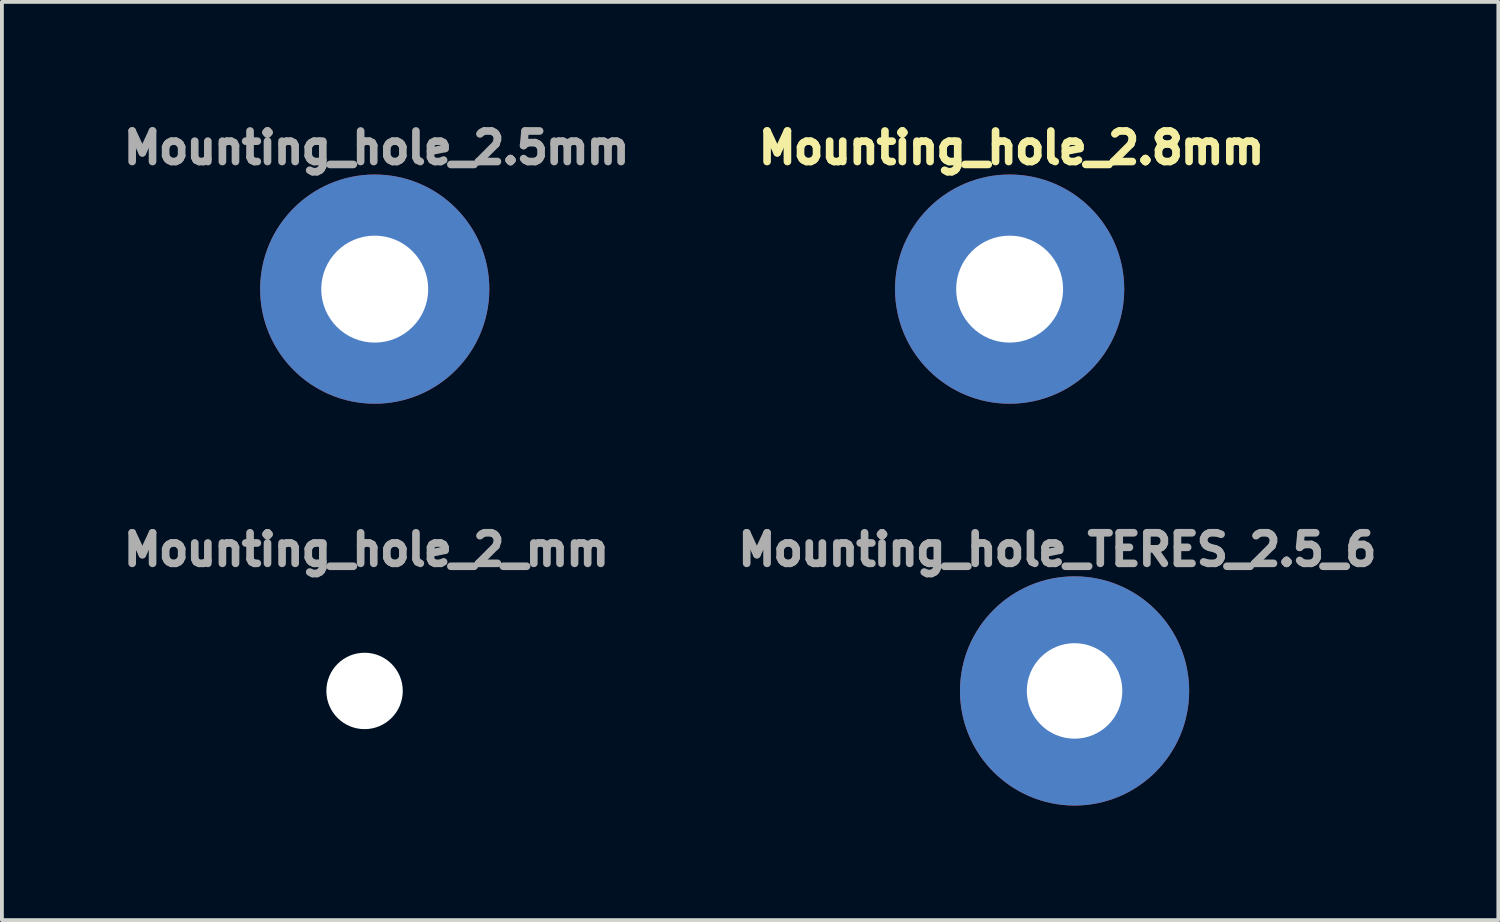
<source format=kicad_pcb>
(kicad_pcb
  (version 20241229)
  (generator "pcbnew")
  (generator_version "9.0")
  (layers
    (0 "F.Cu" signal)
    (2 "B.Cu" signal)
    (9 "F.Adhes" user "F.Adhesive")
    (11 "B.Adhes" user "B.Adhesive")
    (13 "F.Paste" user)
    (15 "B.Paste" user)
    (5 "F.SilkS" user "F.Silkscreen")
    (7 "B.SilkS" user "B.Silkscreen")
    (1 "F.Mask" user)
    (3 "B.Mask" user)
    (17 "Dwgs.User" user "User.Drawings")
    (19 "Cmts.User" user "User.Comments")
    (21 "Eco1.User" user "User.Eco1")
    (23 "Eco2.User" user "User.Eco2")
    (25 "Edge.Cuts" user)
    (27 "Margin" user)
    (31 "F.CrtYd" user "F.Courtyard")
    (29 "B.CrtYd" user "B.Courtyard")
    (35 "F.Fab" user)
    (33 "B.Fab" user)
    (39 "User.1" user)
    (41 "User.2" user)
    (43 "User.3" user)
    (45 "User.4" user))
  (footprint "Mounting_hole_2.8mm"
    (layer "F.Cu")
    (at 23.381 4.519)
    (property "Reference" "Mounting_hole_2.8mm" (at 0.05 -3.7 0) (layer "F.SilkS") (effects (font (size 0.8 0.8) (thickness 0.2))))
    (attr through_hole)
    (pad "" thru_hole circle (at 0 0) (size 6 6) (drill 2.8) (layers "*.Cu" "*.Mask")))
  (footprint "Mounting_hole_TERES_2.5_6"
    (layer "F.Cu")
    (at 24.581 15.038)
    (property "Reference" "Mounting_hole_TERES_2.5_6" (at 0.05 -3.7 0) (layer "F.Fab") (effects (font (size 0.8 0.8) (thickness 0.2))))
    (attr exclude_from_pos_files exclude_from_bom)
    (pad "" thru_hole circle (at 0.5 0) (size 6 6) (drill 2.5) (layers "*.Cu" "*.Mask")))
  (footprint "Mounting_hole_2.5mm"
    (layer "F.Cu")
    (at 6.76 4.519)
    (property "Reference" "Mounting_hole_2.5mm" (at 0.05 -3.7 0) (layer "F.Fab") (effects (font (size 0.8 0.8) (thickness 0.2))))
    (attr exclude_from_pos_files exclude_from_bom)
    (pad "" thru_hole circle (at 0 0) (size 6 6) (drill 2.8) (layers "*.Cu" "*.Mask")))
  (footprint "Mounting_hole_2_mm"
    (layer "F.Cu")
    (at 6.494 15.038)
    (property "Reference" "Mounting_hole_2_mm" (at 0.05 -3.7 0) (layer "F.Fab") (effects (font (size 0.8 0.8) (thickness 0.2))))
    (attr exclude_from_pos_files exclude_from_bom)
    (pad "" np_thru_hole circle (at 0 0) (size 2 2) (drill 2) (layers "*.Cu" "*.Mask")))
  (gr_rect
    (start -3 -3)
    (end 36.175 21.038)
    (stroke (width 0.1) (type default))
    (fill no)
    (layer "Edge.Cuts")))
</source>
